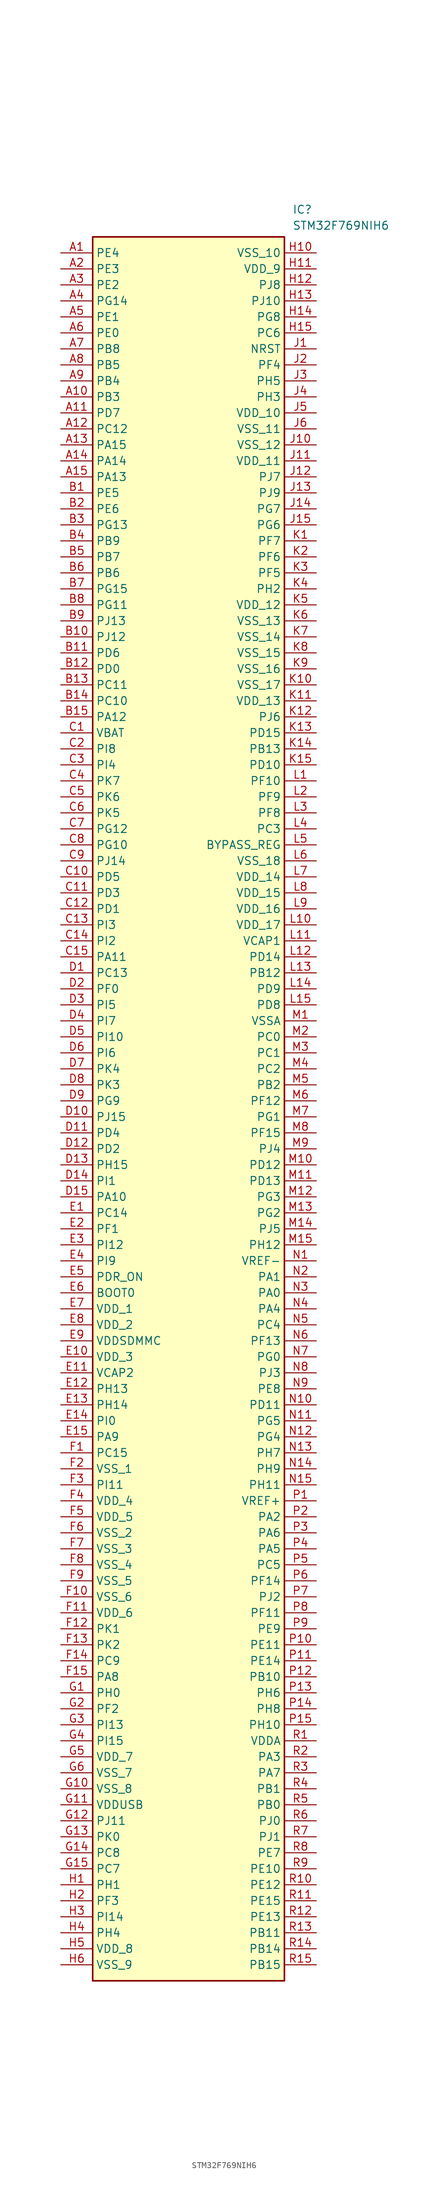
<source format=kicad_sym>
(kicad_symbol_lib
  (version 20211014)
  (generator SamacSys_ECAD_Model)
  (symbol "STM32F769NIH6"
    (property "Reference" "IC"
      (at 36.83 7.62 0)
      (effects (font (size 1.27 1.27)) (justify left top)))
    (property "Value" "STM32F769NIH6"
      (at 36.83 5.08 0)
      (effects (font (size 1.27 1.27)) (justify left top)))
    (rectangle
      (start 5.08 2.54)
      (end 35.56 -274.32)
      (stroke (width 0.254) (type default))
      (fill (type background)))
    (pin passive line
      (at 0 0 0)
      (length 5.08)
      (name "PE4" (effects (font (size 1.27 1.27))))
      (number "A1" (effects (font (size 1.27 1.27)))))
    (pin passive line
      (at 0 -2.54 0)
      (length 5.08)
      (name "PE3" (effects (font (size 1.27 1.27))))
      (number "A2" (effects (font (size 1.27 1.27)))))
    (pin passive line
      (at 0 -5.08 0)
      (length 5.08)
      (name "PE2" (effects (font (size 1.27 1.27))))
      (number "A3" (effects (font (size 1.27 1.27)))))
    (pin passive line
      (at 0 -7.62 0)
      (length 5.08)
      (name "PG14" (effects (font (size 1.27 1.27))))
      (number "A4" (effects (font (size 1.27 1.27)))))
    (pin passive line
      (at 0 -10.16 0)
      (length 5.08)
      (name "PE1" (effects (font (size 1.27 1.27))))
      (number "A5" (effects (font (size 1.27 1.27)))))
    (pin passive line
      (at 0 -12.7 0)
      (length 5.08)
      (name "PE0" (effects (font (size 1.27 1.27))))
      (number "A6" (effects (font (size 1.27 1.27)))))
    (pin passive line
      (at 0 -15.24 0)
      (length 5.08)
      (name "PB8" (effects (font (size 1.27 1.27))))
      (number "A7" (effects (font (size 1.27 1.27)))))
    (pin passive line
      (at 0 -17.78 0)
      (length 5.08)
      (name "PB5" (effects (font (size 1.27 1.27))))
      (number "A8" (effects (font (size 1.27 1.27)))))
    (pin passive line
      (at 0 -20.32 0)
      (length 5.08)
      (name "PB4" (effects (font (size 1.27 1.27))))
      (number "A9" (effects (font (size 1.27 1.27)))))
    (pin passive line
      (at 0 -22.86 0)
      (length 5.08)
      (name "PB3" (effects (font (size 1.27 1.27))))
      (number "A10" (effects (font (size 1.27 1.27)))))
    (pin passive line
      (at 0 -25.4 0)
      (length 5.08)
      (name "PD7" (effects (font (size 1.27 1.27))))
      (number "A11" (effects (font (size 1.27 1.27)))))
    (pin passive line
      (at 0 -27.94 0)
      (length 5.08)
      (name "PC12" (effects (font (size 1.27 1.27))))
      (number "A12" (effects (font (size 1.27 1.27)))))
    (pin passive line
      (at 0 -30.48 0)
      (length 5.08)
      (name "PA15" (effects (font (size 1.27 1.27))))
      (number "A13" (effects (font (size 1.27 1.27)))))
    (pin passive line
      (at 0 -33.02 0)
      (length 5.08)
      (name "PA14" (effects (font (size 1.27 1.27))))
      (number "A14" (effects (font (size 1.27 1.27)))))
    (pin passive line
      (at 0 -35.56 0)
      (length 5.08)
      (name "PA13" (effects (font (size 1.27 1.27))))
      (number "A15" (effects (font (size 1.27 1.27)))))
    (pin passive line
      (at 0 -38.1 0)
      (length 5.08)
      (name "PE5" (effects (font (size 1.27 1.27))))
      (number "B1" (effects (font (size 1.27 1.27)))))
    (pin passive line
      (at 0 -40.64 0)
      (length 5.08)
      (name "PE6" (effects (font (size 1.27 1.27))))
      (number "B2" (effects (font (size 1.27 1.27)))))
    (pin passive line
      (at 0 -43.18 0)
      (length 5.08)
      (name "PG13" (effects (font (size 1.27 1.27))))
      (number "B3" (effects (font (size 1.27 1.27)))))
    (pin passive line
      (at 0 -45.72 0)
      (length 5.08)
      (name "PB9" (effects (font (size 1.27 1.27))))
      (number "B4" (effects (font (size 1.27 1.27)))))
    (pin passive line
      (at 0 -48.26 0)
      (length 5.08)
      (name "PB7" (effects (font (size 1.27 1.27))))
      (number "B5" (effects (font (size 1.27 1.27)))))
    (pin passive line
      (at 0 -50.8 0)
      (length 5.08)
      (name "PB6" (effects (font (size 1.27 1.27))))
      (number "B6" (effects (font (size 1.27 1.27)))))
    (pin passive line
      (at 0 -53.34 0)
      (length 5.08)
      (name "PG15" (effects (font (size 1.27 1.27))))
      (number "B7" (effects (font (size 1.27 1.27)))))
    (pin passive line
      (at 0 -55.88 0)
      (length 5.08)
      (name "PG11" (effects (font (size 1.27 1.27))))
      (number "B8" (effects (font (size 1.27 1.27)))))
    (pin passive line
      (at 0 -58.42 0)
      (length 5.08)
      (name "PJ13" (effects (font (size 1.27 1.27))))
      (number "B9" (effects (font (size 1.27 1.27)))))
    (pin passive line
      (at 0 -60.96 0)
      (length 5.08)
      (name "PJ12" (effects (font (size 1.27 1.27))))
      (number "B10" (effects (font (size 1.27 1.27)))))
    (pin passive line
      (at 0 -63.5 0)
      (length 5.08)
      (name "PD6" (effects (font (size 1.27 1.27))))
      (number "B11" (effects (font (size 1.27 1.27)))))
    (pin passive line
      (at 0 -66.04 0)
      (length 5.08)
      (name "PD0" (effects (font (size 1.27 1.27))))
      (number "B12" (effects (font (size 1.27 1.27)))))
    (pin passive line
      (at 0 -68.58 0)
      (length 5.08)
      (name "PC11" (effects (font (size 1.27 1.27))))
      (number "B13" (effects (font (size 1.27 1.27)))))
    (pin passive line
      (at 0 -71.12 0)
      (length 5.08)
      (name "PC10" (effects (font (size 1.27 1.27))))
      (number "B14" (effects (font (size 1.27 1.27)))))
    (pin passive line
      (at 0 -73.66 0)
      (length 5.08)
      (name "PA12" (effects (font (size 1.27 1.27))))
      (number "B15" (effects (font (size 1.27 1.27)))))
    (pin passive line
      (at 0 -76.2 0)
      (length 5.08)
      (name "VBAT" (effects (font (size 1.27 1.27))))
      (number "C1" (effects (font (size 1.27 1.27)))))
    (pin passive line
      (at 0 -78.74 0)
      (length 5.08)
      (name "PI8" (effects (font (size 1.27 1.27))))
      (number "C2" (effects (font (size 1.27 1.27)))))
    (pin passive line
      (at 0 -81.28 0)
      (length 5.08)
      (name "PI4" (effects (font (size 1.27 1.27))))
      (number "C3" (effects (font (size 1.27 1.27)))))
    (pin passive line
      (at 0 -83.82 0)
      (length 5.08)
      (name "PK7" (effects (font (size 1.27 1.27))))
      (number "C4" (effects (font (size 1.27 1.27)))))
    (pin passive line
      (at 0 -86.36 0)
      (length 5.08)
      (name "PK6" (effects (font (size 1.27 1.27))))
      (number "C5" (effects (font (size 1.27 1.27)))))
    (pin passive line
      (at 0 -88.9 0)
      (length 5.08)
      (name "PK5" (effects (font (size 1.27 1.27))))
      (number "C6" (effects (font (size 1.27 1.27)))))
    (pin passive line
      (at 0 -91.44 0)
      (length 5.08)
      (name "PG12" (effects (font (size 1.27 1.27))))
      (number "C7" (effects (font (size 1.27 1.27)))))
    (pin passive line
      (at 0 -93.98 0)
      (length 5.08)
      (name "PG10" (effects (font (size 1.27 1.27))))
      (number "C8" (effects (font (size 1.27 1.27)))))
    (pin passive line
      (at 0 -96.52 0)
      (length 5.08)
      (name "PJ14" (effects (font (size 1.27 1.27))))
      (number "C9" (effects (font (size 1.27 1.27)))))
    (pin passive line
      (at 0 -99.06 0)
      (length 5.08)
      (name "PD5" (effects (font (size 1.27 1.27))))
      (number "C10" (effects (font (size 1.27 1.27)))))
    (pin passive line
      (at 0 -101.6 0)
      (length 5.08)
      (name "PD3" (effects (font (size 1.27 1.27))))
      (number "C11" (effects (font (size 1.27 1.27)))))
    (pin passive line
      (at 0 -104.14 0)
      (length 5.08)
      (name "PD1" (effects (font (size 1.27 1.27))))
      (number "C12" (effects (font (size 1.27 1.27)))))
    (pin passive line
      (at 0 -106.68 0)
      (length 5.08)
      (name "PI3" (effects (font (size 1.27 1.27))))
      (number "C13" (effects (font (size 1.27 1.27)))))
    (pin passive line
      (at 0 -109.22 0)
      (length 5.08)
      (name "PI2" (effects (font (size 1.27 1.27))))
      (number "C14" (effects (font (size 1.27 1.27)))))
    (pin passive line
      (at 0 -111.76 0)
      (length 5.08)
      (name "PA11" (effects (font (size 1.27 1.27))))
      (number "C15" (effects (font (size 1.27 1.27)))))
    (pin passive line
      (at 0 -114.3 0)
      (length 5.08)
      (name "PC13" (effects (font (size 1.27 1.27))))
      (number "D1" (effects (font (size 1.27 1.27)))))
    (pin passive line
      (at 0 -116.84 0)
      (length 5.08)
      (name "PF0" (effects (font (size 1.27 1.27))))
      (number "D2" (effects (font (size 1.27 1.27)))))
    (pin passive line
      (at 0 -119.38 0)
      (length 5.08)
      (name "PI5" (effects (font (size 1.27 1.27))))
      (number "D3" (effects (font (size 1.27 1.27)))))
    (pin passive line
      (at 0 -121.92 0)
      (length 5.08)
      (name "PI7" (effects (font (size 1.27 1.27))))
      (number "D4" (effects (font (size 1.27 1.27)))))
    (pin passive line
      (at 0 -124.46 0)
      (length 5.08)
      (name "PI10" (effects (font (size 1.27 1.27))))
      (number "D5" (effects (font (size 1.27 1.27)))))
    (pin passive line
      (at 0 -127 0)
      (length 5.08)
      (name "PI6" (effects (font (size 1.27 1.27))))
      (number "D6" (effects (font (size 1.27 1.27)))))
    (pin passive line
      (at 0 -129.54 0)
      (length 5.08)
      (name "PK4" (effects (font (size 1.27 1.27))))
      (number "D7" (effects (font (size 1.27 1.27)))))
    (pin passive line
      (at 0 -132.08 0)
      (length 5.08)
      (name "PK3" (effects (font (size 1.27 1.27))))
      (number "D8" (effects (font (size 1.27 1.27)))))
    (pin passive line
      (at 0 -134.62 0)
      (length 5.08)
      (name "PG9" (effects (font (size 1.27 1.27))))
      (number "D9" (effects (font (size 1.27 1.27)))))
    (pin passive line
      (at 0 -137.16 0)
      (length 5.08)
      (name "PJ15" (effects (font (size 1.27 1.27))))
      (number "D10" (effects (font (size 1.27 1.27)))))
    (pin passive line
      (at 0 -139.7 0)
      (length 5.08)
      (name "PD4" (effects (font (size 1.27 1.27))))
      (number "D11" (effects (font (size 1.27 1.27)))))
    (pin passive line
      (at 0 -142.24 0)
      (length 5.08)
      (name "PD2" (effects (font (size 1.27 1.27))))
      (number "D12" (effects (font (size 1.27 1.27)))))
    (pin passive line
      (at 0 -144.78 0)
      (length 5.08)
      (name "PH15" (effects (font (size 1.27 1.27))))
      (number "D13" (effects (font (size 1.27 1.27)))))
    (pin passive line
      (at 0 -147.32 0)
      (length 5.08)
      (name "PI1" (effects (font (size 1.27 1.27))))
      (number "D14" (effects (font (size 1.27 1.27)))))
    (pin passive line
      (at 0 -149.86 0)
      (length 5.08)
      (name "PA10" (effects (font (size 1.27 1.27))))
      (number "D15" (effects (font (size 1.27 1.27)))))
    (pin passive line
      (at 0 -152.4 0)
      (length 5.08)
      (name "PC14" (effects (font (size 1.27 1.27))))
      (number "E1" (effects (font (size 1.27 1.27)))))
    (pin passive line
      (at 0 -154.94 0)
      (length 5.08)
      (name "PF1" (effects (font (size 1.27 1.27))))
      (number "E2" (effects (font (size 1.27 1.27)))))
    (pin passive line
      (at 0 -157.48 0)
      (length 5.08)
      (name "PI12" (effects (font (size 1.27 1.27))))
      (number "E3" (effects (font (size 1.27 1.27)))))
    (pin passive line
      (at 0 -160.02 0)
      (length 5.08)
      (name "PI9" (effects (font (size 1.27 1.27))))
      (number "E4" (effects (font (size 1.27 1.27)))))
    (pin passive line
      (at 0 -162.56 0)
      (length 5.08)
      (name "PDR_ON" (effects (font (size 1.27 1.27))))
      (number "E5" (effects (font (size 1.27 1.27)))))
    (pin passive line
      (at 0 -165.1 0)
      (length 5.08)
      (name "BOOT0" (effects (font (size 1.27 1.27))))
      (number "E6" (effects (font (size 1.27 1.27)))))
    (pin passive line
      (at 0 -167.64 0)
      (length 5.08)
      (name "VDD_1" (effects (font (size 1.27 1.27))))
      (number "E7" (effects (font (size 1.27 1.27)))))
    (pin passive line
      (at 0 -170.18 0)
      (length 5.08)
      (name "VDD_2" (effects (font (size 1.27 1.27))))
      (number "E8" (effects (font (size 1.27 1.27)))))
    (pin passive line
      (at 0 -172.72 0)
      (length 5.08)
      (name "VDDSDMMC" (effects (font (size 1.27 1.27))))
      (number "E9" (effects (font (size 1.27 1.27)))))
    (pin passive line
      (at 0 -175.26 0)
      (length 5.08)
      (name "VDD_3" (effects (font (size 1.27 1.27))))
      (number "E10" (effects (font (size 1.27 1.27)))))
    (pin passive line
      (at 0 -177.8 0)
      (length 5.08)
      (name "VCAP2" (effects (font (size 1.27 1.27))))
      (number "E11" (effects (font (size 1.27 1.27)))))
    (pin passive line
      (at 0 -180.34 0)
      (length 5.08)
      (name "PH13" (effects (font (size 1.27 1.27))))
      (number "E12" (effects (font (size 1.27 1.27)))))
    (pin passive line
      (at 0 -182.88 0)
      (length 5.08)
      (name "PH14" (effects (font (size 1.27 1.27))))
      (number "E13" (effects (font (size 1.27 1.27)))))
    (pin passive line
      (at 0 -185.42 0)
      (length 5.08)
      (name "PI0" (effects (font (size 1.27 1.27))))
      (number "E14" (effects (font (size 1.27 1.27)))))
    (pin passive line
      (at 0 -187.96 0)
      (length 5.08)
      (name "PA9" (effects (font (size 1.27 1.27))))
      (number "E15" (effects (font (size 1.27 1.27)))))
    (pin passive line
      (at 0 -190.5 0)
      (length 5.08)
      (name "PC15" (effects (font (size 1.27 1.27))))
      (number "F1" (effects (font (size 1.27 1.27)))))
    (pin passive line
      (at 0 -193.04 0)
      (length 5.08)
      (name "VSS_1" (effects (font (size 1.27 1.27))))
      (number "F2" (effects (font (size 1.27 1.27)))))
    (pin passive line
      (at 0 -195.58 0)
      (length 5.08)
      (name "PI11" (effects (font (size 1.27 1.27))))
      (number "F3" (effects (font (size 1.27 1.27)))))
    (pin passive line
      (at 0 -198.12 0)
      (length 5.08)
      (name "VDD_4" (effects (font (size 1.27 1.27))))
      (number "F4" (effects (font (size 1.27 1.27)))))
    (pin passive line
      (at 0 -200.66 0)
      (length 5.08)
      (name "VDD_5" (effects (font (size 1.27 1.27))))
      (number "F5" (effects (font (size 1.27 1.27)))))
    (pin passive line
      (at 0 -203.2 0)
      (length 5.08)
      (name "VSS_2" (effects (font (size 1.27 1.27))))
      (number "F6" (effects (font (size 1.27 1.27)))))
    (pin passive line
      (at 0 -205.74 0)
      (length 5.08)
      (name "VSS_3" (effects (font (size 1.27 1.27))))
      (number "F7" (effects (font (size 1.27 1.27)))))
    (pin passive line
      (at 0 -208.28 0)
      (length 5.08)
      (name "VSS_4" (effects (font (size 1.27 1.27))))
      (number "F8" (effects (font (size 1.27 1.27)))))
    (pin passive line
      (at 0 -210.82 0)
      (length 5.08)
      (name "VSS_5" (effects (font (size 1.27 1.27))))
      (number "F9" (effects (font (size 1.27 1.27)))))
    (pin passive line
      (at 0 -213.36 0)
      (length 5.08)
      (name "VSS_6" (effects (font (size 1.27 1.27))))
      (number "F10" (effects (font (size 1.27 1.27)))))
    (pin passive line
      (at 0 -215.9 0)
      (length 5.08)
      (name "VDD_6" (effects (font (size 1.27 1.27))))
      (number "F11" (effects (font (size 1.27 1.27)))))
    (pin passive line
      (at 0 -218.44 0)
      (length 5.08)
      (name "PK1" (effects (font (size 1.27 1.27))))
      (number "F12" (effects (font (size 1.27 1.27)))))
    (pin passive line
      (at 0 -220.98 0)
      (length 5.08)
      (name "PK2" (effects (font (size 1.27 1.27))))
      (number "F13" (effects (font (size 1.27 1.27)))))
    (pin passive line
      (at 0 -223.52 0)
      (length 5.08)
      (name "PC9" (effects (font (size 1.27 1.27))))
      (number "F14" (effects (font (size 1.27 1.27)))))
    (pin passive line
      (at 0 -226.06 0)
      (length 5.08)
      (name "PA8" (effects (font (size 1.27 1.27))))
      (number "F15" (effects (font (size 1.27 1.27)))))
    (pin passive line
      (at 0 -228.6 0)
      (length 5.08)
      (name "PH0" (effects (font (size 1.27 1.27))))
      (number "G1" (effects (font (size 1.27 1.27)))))
    (pin passive line
      (at 0 -231.14 0)
      (length 5.08)
      (name "PF2" (effects (font (size 1.27 1.27))))
      (number "G2" (effects (font (size 1.27 1.27)))))
    (pin passive line
      (at 0 -233.68 0)
      (length 5.08)
      (name "PI13" (effects (font (size 1.27 1.27))))
      (number "G3" (effects (font (size 1.27 1.27)))))
    (pin passive line
      (at 0 -236.22 0)
      (length 5.08)
      (name "PI15" (effects (font (size 1.27 1.27))))
      (number "G4" (effects (font (size 1.27 1.27)))))
    (pin passive line
      (at 0 -238.76 0)
      (length 5.08)
      (name "VDD_7" (effects (font (size 1.27 1.27))))
      (number "G5" (effects (font (size 1.27 1.27)))))
    (pin passive line
      (at 0 -241.3 0)
      (length 5.08)
      (name "VSS_7" (effects (font (size 1.27 1.27))))
      (number "G6" (effects (font (size 1.27 1.27)))))
    (pin passive line
      (at 0 -243.84 0)
      (length 5.08)
      (name "VSS_8" (effects (font (size 1.27 1.27))))
      (number "G10" (effects (font (size 1.27 1.27)))))
    (pin passive line
      (at 0 -246.38 0)
      (length 5.08)
      (name "VDDUSB" (effects (font (size 1.27 1.27))))
      (number "G11" (effects (font (size 1.27 1.27)))))
    (pin passive line
      (at 0 -248.92 0)
      (length 5.08)
      (name "PJ11" (effects (font (size 1.27 1.27))))
      (number "G12" (effects (font (size 1.27 1.27)))))
    (pin passive line
      (at 0 -251.46 0)
      (length 5.08)
      (name "PK0" (effects (font (size 1.27 1.27))))
      (number "G13" (effects (font (size 1.27 1.27)))))
    (pin passive line
      (at 0 -254 0)
      (length 5.08)
      (name "PC8" (effects (font (size 1.27 1.27))))
      (number "G14" (effects (font (size 1.27 1.27)))))
    (pin passive line
      (at 0 -256.54 0)
      (length 5.08)
      (name "PC7" (effects (font (size 1.27 1.27))))
      (number "G15" (effects (font (size 1.27 1.27)))))
    (pin passive line
      (at 0 -259.08 0)
      (length 5.08)
      (name "PH1" (effects (font (size 1.27 1.27))))
      (number "H1" (effects (font (size 1.27 1.27)))))
    (pin passive line
      (at 0 -261.62 0)
      (length 5.08)
      (name "PF3" (effects (font (size 1.27 1.27))))
      (number "H2" (effects (font (size 1.27 1.27)))))
    (pin passive line
      (at 0 -264.16 0)
      (length 5.08)
      (name "PI14" (effects (font (size 1.27 1.27))))
      (number "H3" (effects (font (size 1.27 1.27)))))
    (pin passive line
      (at 0 -266.7 0)
      (length 5.08)
      (name "PH4" (effects (font (size 1.27 1.27))))
      (number "H4" (effects (font (size 1.27 1.27)))))
    (pin passive line
      (at 0 -269.24 0)
      (length 5.08)
      (name "VDD_8" (effects (font (size 1.27 1.27))))
      (number "H5" (effects (font (size 1.27 1.27)))))
    (pin passive line
      (at 0 -271.78 0)
      (length 5.08)
      (name "VSS_9" (effects (font (size 1.27 1.27))))
      (number "H6" (effects (font (size 1.27 1.27)))))
    (pin passive line
      (at 40.64 0 180)
      (length 5.08)
      (name "VSS_10" (effects (font (size 1.27 1.27))))
      (number "H10" (effects (font (size 1.27 1.27)))))
    (pin passive line
      (at 40.64 -2.54 180)
      (length 5.08)
      (name "VDD_9" (effects (font (size 1.27 1.27))))
      (number "H11" (effects (font (size 1.27 1.27)))))
    (pin passive line
      (at 40.64 -5.08 180)
      (length 5.08)
      (name "PJ8" (effects (font (size 1.27 1.27))))
      (number "H12" (effects (font (size 1.27 1.27)))))
    (pin passive line
      (at 40.64 -7.62 180)
      (length 5.08)
      (name "PJ10" (effects (font (size 1.27 1.27))))
      (number "H13" (effects (font (size 1.27 1.27)))))
    (pin passive line
      (at 40.64 -10.16 180)
      (length 5.08)
      (name "PG8" (effects (font (size 1.27 1.27))))
      (number "H14" (effects (font (size 1.27 1.27)))))
    (pin passive line
      (at 40.64 -12.7 180)
      (length 5.08)
      (name "PC6" (effects (font (size 1.27 1.27))))
      (number "H15" (effects (font (size 1.27 1.27)))))
    (pin passive line
      (at 40.64 -15.24 180)
      (length 5.08)
      (name "NRST" (effects (font (size 1.27 1.27))))
      (number "J1" (effects (font (size 1.27 1.27)))))
    (pin passive line
      (at 40.64 -17.78 180)
      (length 5.08)
      (name "PF4" (effects (font (size 1.27 1.27))))
      (number "J2" (effects (font (size 1.27 1.27)))))
    (pin passive line
      (at 40.64 -20.32 180)
      (length 5.08)
      (name "PH5" (effects (font (size 1.27 1.27))))
      (number "J3" (effects (font (size 1.27 1.27)))))
    (pin passive line
      (at 40.64 -22.86 180)
      (length 5.08)
      (name "PH3" (effects (font (size 1.27 1.27))))
      (number "J4" (effects (font (size 1.27 1.27)))))
    (pin passive line
      (at 40.64 -25.4 180)
      (length 5.08)
      (name "VDD_10" (effects (font (size 1.27 1.27))))
      (number "J5" (effects (font (size 1.27 1.27)))))
    (pin passive line
      (at 40.64 -27.94 180)
      (length 5.08)
      (name "VSS_11" (effects (font (size 1.27 1.27))))
      (number "J6" (effects (font (size 1.27 1.27)))))
    (pin passive line
      (at 40.64 -30.48 180)
      (length 5.08)
      (name "VSS_12" (effects (font (size 1.27 1.27))))
      (number "J10" (effects (font (size 1.27 1.27)))))
    (pin passive line
      (at 40.64 -33.02 180)
      (length 5.08)
      (name "VDD_11" (effects (font (size 1.27 1.27))))
      (number "J11" (effects (font (size 1.27 1.27)))))
    (pin passive line
      (at 40.64 -35.56 180)
      (length 5.08)
      (name "PJ7" (effects (font (size 1.27 1.27))))
      (number "J12" (effects (font (size 1.27 1.27)))))
    (pin passive line
      (at 40.64 -38.1 180)
      (length 5.08)
      (name "PJ9" (effects (font (size 1.27 1.27))))
      (number "J13" (effects (font (size 1.27 1.27)))))
    (pin passive line
      (at 40.64 -40.64 180)
      (length 5.08)
      (name "PG7" (effects (font (size 1.27 1.27))))
      (number "J14" (effects (font (size 1.27 1.27)))))
    (pin passive line
      (at 40.64 -43.18 180)
      (length 5.08)
      (name "PG6" (effects (font (size 1.27 1.27))))
      (number "J15" (effects (font (size 1.27 1.27)))))
    (pin passive line
      (at 40.64 -45.72 180)
      (length 5.08)
      (name "PF7" (effects (font (size 1.27 1.27))))
      (number "K1" (effects (font (size 1.27 1.27)))))
    (pin passive line
      (at 40.64 -48.26 180)
      (length 5.08)
      (name "PF6" (effects (font (size 1.27 1.27))))
      (number "K2" (effects (font (size 1.27 1.27)))))
    (pin passive line
      (at 40.64 -50.8 180)
      (length 5.08)
      (name "PF5" (effects (font (size 1.27 1.27))))
      (number "K3" (effects (font (size 1.27 1.27)))))
    (pin passive line
      (at 40.64 -53.34 180)
      (length 5.08)
      (name "PH2" (effects (font (size 1.27 1.27))))
      (number "K4" (effects (font (size 1.27 1.27)))))
    (pin passive line
      (at 40.64 -55.88 180)
      (length 5.08)
      (name "VDD_12" (effects (font (size 1.27 1.27))))
      (number "K5" (effects (font (size 1.27 1.27)))))
    (pin passive line
      (at 40.64 -58.42 180)
      (length 5.08)
      (name "VSS_13" (effects (font (size 1.27 1.27))))
      (number "K6" (effects (font (size 1.27 1.27)))))
    (pin passive line
      (at 40.64 -60.96 180)
      (length 5.08)
      (name "VSS_14" (effects (font (size 1.27 1.27))))
      (number "K7" (effects (font (size 1.27 1.27)))))
    (pin passive line
      (at 40.64 -63.5 180)
      (length 5.08)
      (name "VSS_15" (effects (font (size 1.27 1.27))))
      (number "K8" (effects (font (size 1.27 1.27)))))
    (pin passive line
      (at 40.64 -66.04 180)
      (length 5.08)
      (name "VSS_16" (effects (font (size 1.27 1.27))))
      (number "K9" (effects (font (size 1.27 1.27)))))
    (pin passive line
      (at 40.64 -68.58 180)
      (length 5.08)
      (name "VSS_17" (effects (font (size 1.27 1.27))))
      (number "K10" (effects (font (size 1.27 1.27)))))
    (pin passive line
      (at 40.64 -71.12 180)
      (length 5.08)
      (name "VDD_13" (effects (font (size 1.27 1.27))))
      (number "K11" (effects (font (size 1.27 1.27)))))
    (pin passive line
      (at 40.64 -73.66 180)
      (length 5.08)
      (name "PJ6" (effects (font (size 1.27 1.27))))
      (number "K12" (effects (font (size 1.27 1.27)))))
    (pin passive line
      (at 40.64 -76.2 180)
      (length 5.08)
      (name "PD15" (effects (font (size 1.27 1.27))))
      (number "K13" (effects (font (size 1.27 1.27)))))
    (pin passive line
      (at 40.64 -78.74 180)
      (length 5.08)
      (name "PB13" (effects (font (size 1.27 1.27))))
      (number "K14" (effects (font (size 1.27 1.27)))))
    (pin passive line
      (at 40.64 -81.28 180)
      (length 5.08)
      (name "PD10" (effects (font (size 1.27 1.27))))
      (number "K15" (effects (font (size 1.27 1.27)))))
    (pin passive line
      (at 40.64 -83.82 180)
      (length 5.08)
      (name "PF10" (effects (font (size 1.27 1.27))))
      (number "L1" (effects (font (size 1.27 1.27)))))
    (pin passive line
      (at 40.64 -86.36 180)
      (length 5.08)
      (name "PF9" (effects (font (size 1.27 1.27))))
      (number "L2" (effects (font (size 1.27 1.27)))))
    (pin passive line
      (at 40.64 -88.9 180)
      (length 5.08)
      (name "PF8" (effects (font (size 1.27 1.27))))
      (number "L3" (effects (font (size 1.27 1.27)))))
    (pin passive line
      (at 40.64 -91.44 180)
      (length 5.08)
      (name "PC3" (effects (font (size 1.27 1.27))))
      (number "L4" (effects (font (size 1.27 1.27)))))
    (pin passive line
      (at 40.64 -93.98 180)
      (length 5.08)
      (name "BYPASS_REG" (effects (font (size 1.27 1.27))))
      (number "L5" (effects (font (size 1.27 1.27)))))
    (pin passive line
      (at 40.64 -96.52 180)
      (length 5.08)
      (name "VSS_18" (effects (font (size 1.27 1.27))))
      (number "L6" (effects (font (size 1.27 1.27)))))
    (pin passive line
      (at 40.64 -99.06 180)
      (length 5.08)
      (name "VDD_14" (effects (font (size 1.27 1.27))))
      (number "L7" (effects (font (size 1.27 1.27)))))
    (pin passive line
      (at 40.64 -101.6 180)
      (length 5.08)
      (name "VDD_15" (effects (font (size 1.27 1.27))))
      (number "L8" (effects (font (size 1.27 1.27)))))
    (pin passive line
      (at 40.64 -104.14 180)
      (length 5.08)
      (name "VDD_16" (effects (font (size 1.27 1.27))))
      (number "L9" (effects (font (size 1.27 1.27)))))
    (pin passive line
      (at 40.64 -106.68 180)
      (length 5.08)
      (name "VDD_17" (effects (font (size 1.27 1.27))))
      (number "L10" (effects (font (size 1.27 1.27)))))
    (pin passive line
      (at 40.64 -109.22 180)
      (length 5.08)
      (name "VCAP1" (effects (font (size 1.27 1.27))))
      (number "L11" (effects (font (size 1.27 1.27)))))
    (pin passive line
      (at 40.64 -111.76 180)
      (length 5.08)
      (name "PD14" (effects (font (size 1.27 1.27))))
      (number "L12" (effects (font (size 1.27 1.27)))))
    (pin passive line
      (at 40.64 -114.3 180)
      (length 5.08)
      (name "PB12" (effects (font (size 1.27 1.27))))
      (number "L13" (effects (font (size 1.27 1.27)))))
    (pin passive line
      (at 40.64 -116.84 180)
      (length 5.08)
      (name "PD9" (effects (font (size 1.27 1.27))))
      (number "L14" (effects (font (size 1.27 1.27)))))
    (pin passive line
      (at 40.64 -119.38 180)
      (length 5.08)
      (name "PD8" (effects (font (size 1.27 1.27))))
      (number "L15" (effects (font (size 1.27 1.27)))))
    (pin passive line
      (at 40.64 -121.92 180)
      (length 5.08)
      (name "VSSA" (effects (font (size 1.27 1.27))))
      (number "M1" (effects (font (size 1.27 1.27)))))
    (pin passive line
      (at 40.64 -124.46 180)
      (length 5.08)
      (name "PC0" (effects (font (size 1.27 1.27))))
      (number "M2" (effects (font (size 1.27 1.27)))))
    (pin passive line
      (at 40.64 -127 180)
      (length 5.08)
      (name "PC1" (effects (font (size 1.27 1.27))))
      (number "M3" (effects (font (size 1.27 1.27)))))
    (pin passive line
      (at 40.64 -129.54 180)
      (length 5.08)
      (name "PC2" (effects (font (size 1.27 1.27))))
      (number "M4" (effects (font (size 1.27 1.27)))))
    (pin passive line
      (at 40.64 -132.08 180)
      (length 5.08)
      (name "PB2" (effects (font (size 1.27 1.27))))
      (number "M5" (effects (font (size 1.27 1.27)))))
    (pin passive line
      (at 40.64 -134.62 180)
      (length 5.08)
      (name "PF12" (effects (font (size 1.27 1.27))))
      (number "M6" (effects (font (size 1.27 1.27)))))
    (pin passive line
      (at 40.64 -137.16 180)
      (length 5.08)
      (name "PG1" (effects (font (size 1.27 1.27))))
      (number "M7" (effects (font (size 1.27 1.27)))))
    (pin passive line
      (at 40.64 -139.7 180)
      (length 5.08)
      (name "PF15" (effects (font (size 1.27 1.27))))
      (number "M8" (effects (font (size 1.27 1.27)))))
    (pin passive line
      (at 40.64 -142.24 180)
      (length 5.08)
      (name "PJ4" (effects (font (size 1.27 1.27))))
      (number "M9" (effects (font (size 1.27 1.27)))))
    (pin passive line
      (at 40.64 -144.78 180)
      (length 5.08)
      (name "PD12" (effects (font (size 1.27 1.27))))
      (number "M10" (effects (font (size 1.27 1.27)))))
    (pin passive line
      (at 40.64 -147.32 180)
      (length 5.08)
      (name "PD13" (effects (font (size 1.27 1.27))))
      (number "M11" (effects (font (size 1.27 1.27)))))
    (pin passive line
      (at 40.64 -149.86 180)
      (length 5.08)
      (name "PG3" (effects (font (size 1.27 1.27))))
      (number "M12" (effects (font (size 1.27 1.27)))))
    (pin passive line
      (at 40.64 -152.4 180)
      (length 5.08)
      (name "PG2" (effects (font (size 1.27 1.27))))
      (number "M13" (effects (font (size 1.27 1.27)))))
    (pin passive line
      (at 40.64 -154.94 180)
      (length 5.08)
      (name "PJ5" (effects (font (size 1.27 1.27))))
      (number "M14" (effects (font (size 1.27 1.27)))))
    (pin passive line
      (at 40.64 -157.48 180)
      (length 5.08)
      (name "PH12" (effects (font (size 1.27 1.27))))
      (number "M15" (effects (font (size 1.27 1.27)))))
    (pin passive line
      (at 40.64 -160.02 180)
      (length 5.08)
      (name "VREF-" (effects (font (size 1.27 1.27))))
      (number "N1" (effects (font (size 1.27 1.27)))))
    (pin passive line
      (at 40.64 -162.56 180)
      (length 5.08)
      (name "PA1" (effects (font (size 1.27 1.27))))
      (number "N2" (effects (font (size 1.27 1.27)))))
    (pin passive line
      (at 40.64 -165.1 180)
      (length 5.08)
      (name "PA0" (effects (font (size 1.27 1.27))))
      (number "N3" (effects (font (size 1.27 1.27)))))
    (pin passive line
      (at 40.64 -167.64 180)
      (length 5.08)
      (name "PA4" (effects (font (size 1.27 1.27))))
      (number "N4" (effects (font (size 1.27 1.27)))))
    (pin passive line
      (at 40.64 -170.18 180)
      (length 5.08)
      (name "PC4" (effects (font (size 1.27 1.27))))
      (number "N5" (effects (font (size 1.27 1.27)))))
    (pin passive line
      (at 40.64 -172.72 180)
      (length 5.08)
      (name "PF13" (effects (font (size 1.27 1.27))))
      (number "N6" (effects (font (size 1.27 1.27)))))
    (pin passive line
      (at 40.64 -175.26 180)
      (length 5.08)
      (name "PG0" (effects (font (size 1.27 1.27))))
      (number "N7" (effects (font (size 1.27 1.27)))))
    (pin passive line
      (at 40.64 -177.8 180)
      (length 5.08)
      (name "PJ3" (effects (font (size 1.27 1.27))))
      (number "N8" (effects (font (size 1.27 1.27)))))
    (pin passive line
      (at 40.64 -180.34 180)
      (length 5.08)
      (name "PE8" (effects (font (size 1.27 1.27))))
      (number "N9" (effects (font (size 1.27 1.27)))))
    (pin passive line
      (at 40.64 -182.88 180)
      (length 5.08)
      (name "PD11" (effects (font (size 1.27 1.27))))
      (number "N10" (effects (font (size 1.27 1.27)))))
    (pin passive line
      (at 40.64 -185.42 180)
      (length 5.08)
      (name "PG5" (effects (font (size 1.27 1.27))))
      (number "N11" (effects (font (size 1.27 1.27)))))
    (pin passive line
      (at 40.64 -187.96 180)
      (length 5.08)
      (name "PG4" (effects (font (size 1.27 1.27))))
      (number "N12" (effects (font (size 1.27 1.27)))))
    (pin passive line
      (at 40.64 -190.5 180)
      (length 5.08)
      (name "PH7" (effects (font (size 1.27 1.27))))
      (number "N13" (effects (font (size 1.27 1.27)))))
    (pin passive line
      (at 40.64 -193.04 180)
      (length 5.08)
      (name "PH9" (effects (font (size 1.27 1.27))))
      (number "N14" (effects (font (size 1.27 1.27)))))
    (pin passive line
      (at 40.64 -195.58 180)
      (length 5.08)
      (name "PH11" (effects (font (size 1.27 1.27))))
      (number "N15" (effects (font (size 1.27 1.27)))))
    (pin passive line
      (at 40.64 -198.12 180)
      (length 5.08)
      (name "VREF+" (effects (font (size 1.27 1.27))))
      (number "P1" (effects (font (size 1.27 1.27)))))
    (pin passive line
      (at 40.64 -200.66 180)
      (length 5.08)
      (name "PA2" (effects (font (size 1.27 1.27))))
      (number "P2" (effects (font (size 1.27 1.27)))))
    (pin passive line
      (at 40.64 -203.2 180)
      (length 5.08)
      (name "PA6" (effects (font (size 1.27 1.27))))
      (number "P3" (effects (font (size 1.27 1.27)))))
    (pin passive line
      (at 40.64 -205.74 180)
      (length 5.08)
      (name "PA5" (effects (font (size 1.27 1.27))))
      (number "P4" (effects (font (size 1.27 1.27)))))
    (pin passive line
      (at 40.64 -208.28 180)
      (length 5.08)
      (name "PC5" (effects (font (size 1.27 1.27))))
      (number "P5" (effects (font (size 1.27 1.27)))))
    (pin passive line
      (at 40.64 -210.82 180)
      (length 5.08)
      (name "PF14" (effects (font (size 1.27 1.27))))
      (number "P6" (effects (font (size 1.27 1.27)))))
    (pin passive line
      (at 40.64 -213.36 180)
      (length 5.08)
      (name "PJ2" (effects (font (size 1.27 1.27))))
      (number "P7" (effects (font (size 1.27 1.27)))))
    (pin passive line
      (at 40.64 -215.9 180)
      (length 5.08)
      (name "PF11" (effects (font (size 1.27 1.27))))
      (number "P8" (effects (font (size 1.27 1.27)))))
    (pin passive line
      (at 40.64 -218.44 180)
      (length 5.08)
      (name "PE9" (effects (font (size 1.27 1.27))))
      (number "P9" (effects (font (size 1.27 1.27)))))
    (pin passive line
      (at 40.64 -220.98 180)
      (length 5.08)
      (name "PE11" (effects (font (size 1.27 1.27))))
      (number "P10" (effects (font (size 1.27 1.27)))))
    (pin passive line
      (at 40.64 -223.52 180)
      (length 5.08)
      (name "PE14" (effects (font (size 1.27 1.27))))
      (number "P11" (effects (font (size 1.27 1.27)))))
    (pin passive line
      (at 40.64 -226.06 180)
      (length 5.08)
      (name "PB10" (effects (font (size 1.27 1.27))))
      (number "P12" (effects (font (size 1.27 1.27)))))
    (pin passive line
      (at 40.64 -228.6 180)
      (length 5.08)
      (name "PH6" (effects (font (size 1.27 1.27))))
      (number "P13" (effects (font (size 1.27 1.27)))))
    (pin passive line
      (at 40.64 -231.14 180)
      (length 5.08)
      (name "PH8" (effects (font (size 1.27 1.27))))
      (number "P14" (effects (font (size 1.27 1.27)))))
    (pin passive line
      (at 40.64 -233.68 180)
      (length 5.08)
      (name "PH10" (effects (font (size 1.27 1.27))))
      (number "P15" (effects (font (size 1.27 1.27)))))
    (pin passive line
      (at 40.64 -236.22 180)
      (length 5.08)
      (name "VDDA" (effects (font (size 1.27 1.27))))
      (number "R1" (effects (font (size 1.27 1.27)))))
    (pin passive line
      (at 40.64 -238.76 180)
      (length 5.08)
      (name "PA3" (effects (font (size 1.27 1.27))))
      (number "R2" (effects (font (size 1.27 1.27)))))
    (pin passive line
      (at 40.64 -241.3 180)
      (length 5.08)
      (name "PA7" (effects (font (size 1.27 1.27))))
      (number "R3" (effects (font (size 1.27 1.27)))))
    (pin passive line
      (at 40.64 -243.84 180)
      (length 5.08)
      (name "PB1" (effects (font (size 1.27 1.27))))
      (number "R4" (effects (font (size 1.27 1.27)))))
    (pin passive line
      (at 40.64 -246.38 180)
      (length 5.08)
      (name "PB0" (effects (font (size 1.27 1.27))))
      (number "R5" (effects (font (size 1.27 1.27)))))
    (pin passive line
      (at 40.64 -248.92 180)
      (length 5.08)
      (name "PJ0" (effects (font (size 1.27 1.27))))
      (number "R6" (effects (font (size 1.27 1.27)))))
    (pin passive line
      (at 40.64 -251.46 180)
      (length 5.08)
      (name "PJ1" (effects (font (size 1.27 1.27))))
      (number "R7" (effects (font (size 1.27 1.27)))))
    (pin passive line
      (at 40.64 -254 180)
      (length 5.08)
      (name "PE7" (effects (font (size 1.27 1.27))))
      (number "R8" (effects (font (size 1.27 1.27)))))
    (pin passive line
      (at 40.64 -256.54 180)
      (length 5.08)
      (name "PE10" (effects (font (size 1.27 1.27))))
      (number "R9" (effects (font (size 1.27 1.27)))))
    (pin passive line
      (at 40.64 -259.08 180)
      (length 5.08)
      (name "PE12" (effects (font (size 1.27 1.27))))
      (number "R10" (effects (font (size 1.27 1.27)))))
    (pin passive line
      (at 40.64 -261.62 180)
      (length 5.08)
      (name "PE15" (effects (font (size 1.27 1.27))))
      (number "R11" (effects (font (size 1.27 1.27)))))
    (pin passive line
      (at 40.64 -264.16 180)
      (length 5.08)
      (name "PE13" (effects (font (size 1.27 1.27))))
      (number "R12" (effects (font (size 1.27 1.27)))))
    (pin passive line
      (at 40.64 -266.7 180)
      (length 5.08)
      (name "PB11" (effects (font (size 1.27 1.27))))
      (number "R13" (effects (font (size 1.27 1.27)))))
    (pin passive line
      (at 40.64 -269.24 180)
      (length 5.08)
      (name "PB14" (effects (font (size 1.27 1.27))))
      (number "R14" (effects (font (size 1.27 1.27)))))
    (pin passive line
      (at 40.64 -271.78 180)
      (length 5.08)
      (name "PB15" (effects (font (size 1.27 1.27))))
      (number "R15" (effects (font (size 1.27 1.27)))))))
</source>
